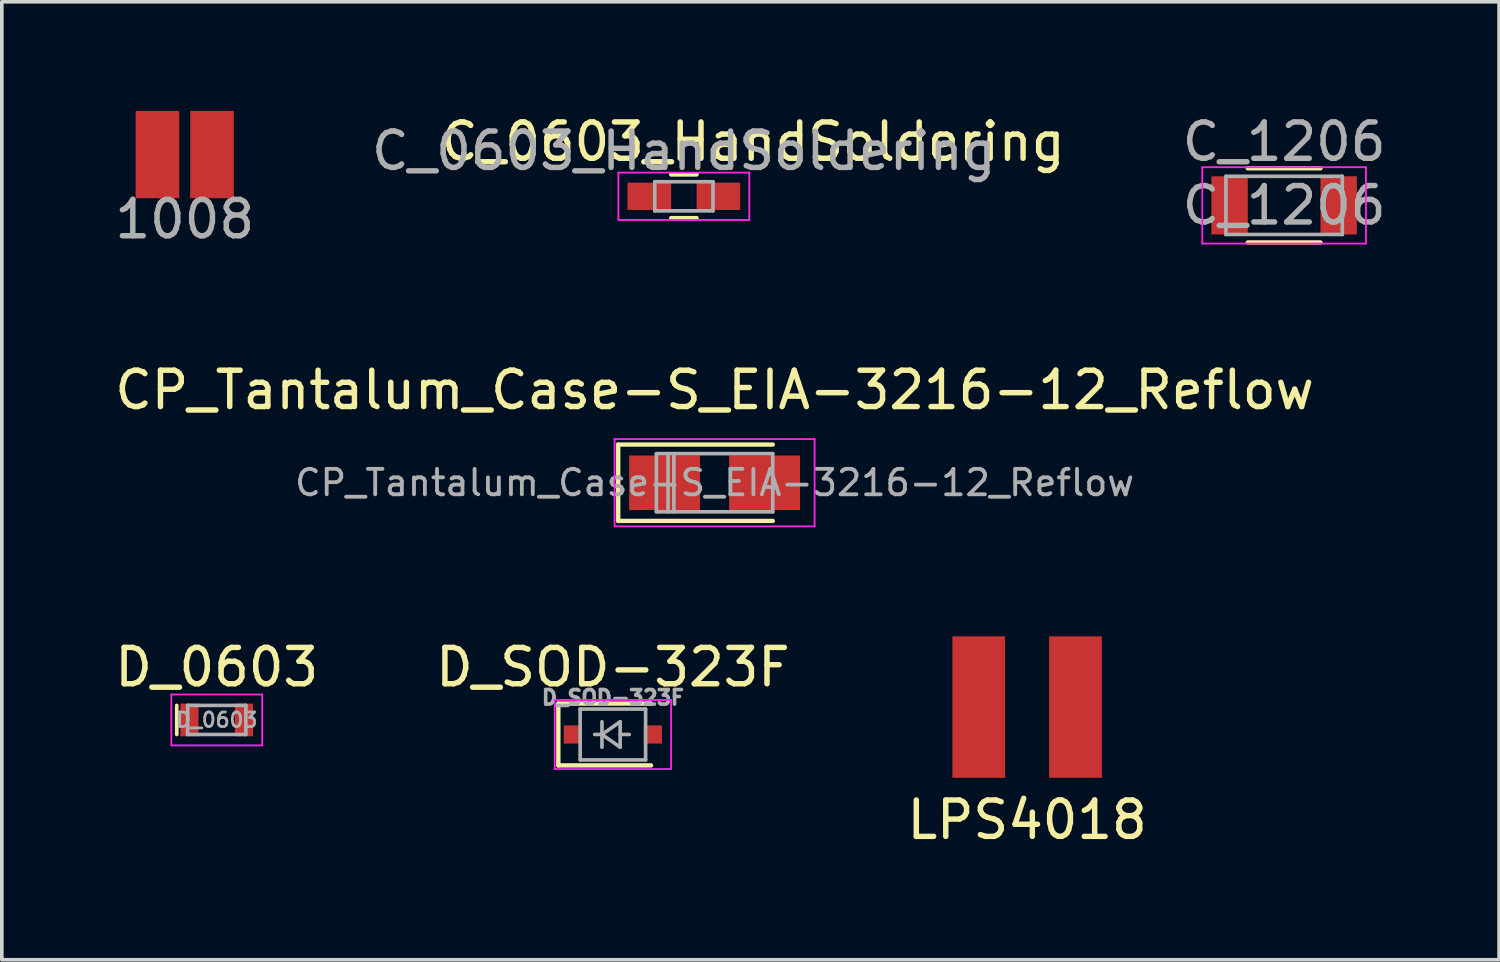
<source format=kicad_pcb>
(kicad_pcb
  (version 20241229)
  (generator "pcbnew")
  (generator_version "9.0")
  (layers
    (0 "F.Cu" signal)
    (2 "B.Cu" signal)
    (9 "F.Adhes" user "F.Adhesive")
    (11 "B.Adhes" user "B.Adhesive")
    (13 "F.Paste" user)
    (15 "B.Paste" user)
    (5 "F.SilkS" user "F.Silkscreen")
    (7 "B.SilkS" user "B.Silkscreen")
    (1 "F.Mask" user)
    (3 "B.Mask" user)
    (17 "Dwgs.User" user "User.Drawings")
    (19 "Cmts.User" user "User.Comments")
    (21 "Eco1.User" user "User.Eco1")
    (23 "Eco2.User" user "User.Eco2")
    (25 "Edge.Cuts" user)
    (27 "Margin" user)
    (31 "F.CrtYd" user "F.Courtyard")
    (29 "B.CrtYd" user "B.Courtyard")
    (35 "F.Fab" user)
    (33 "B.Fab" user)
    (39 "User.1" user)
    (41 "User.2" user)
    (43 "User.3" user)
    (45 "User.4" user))
  (footprint "D_SOD-323F"
    (layer "F.Cu")
    (at 13.804 17.148)
    (property "Reference" "D_SOD-323F" (at 0 -1.85 0) (layer "F.SilkS") (effects (font (size 1 1) (thickness 0.15))))
    (attr smd)
    (fp_line (start -1.5 -0.85) (end -1.5 0.85) (stroke (width 0.12) (type solid)) (layer "F.SilkS"))
    (fp_line (start -1.5 -0.85) (end 1.05 -0.85) (stroke (width 0.12) (type solid)) (layer "F.SilkS"))
    (fp_line (start -1.5 0.85) (end 1.05 0.85) (stroke (width 0.12) (type solid)) (layer "F.SilkS"))
    (fp_line (start -1.6 -0.95) (end -1.6 0.95) (stroke (width 0.05) (type solid)) (layer "F.CrtYd"))
    (fp_line (start -1.6 -0.95) (end 1.6 -0.95) (stroke (width 0.05) (type solid)) (layer "F.CrtYd"))
    (fp_line (start -1.6 0.95) (end 1.6 0.95) (stroke (width 0.05) (type solid)) (layer "F.CrtYd"))
    (fp_line (start 1.6 -0.95) (end 1.6 0.95) (stroke (width 0.05) (type solid)) (layer "F.CrtYd"))
    (fp_line (start -0.9 -0.7) (end 0.9 -0.7) (stroke (width 0.1) (type solid)) (layer "F.Fab"))
    (fp_line (start -0.9 0.7) (end -0.9 -0.7) (stroke (width 0.1) (type solid)) (layer "F.Fab"))
    (fp_line (start -0.3 -0.35) (end -0.3 0.35) (stroke (width 0.1) (type solid)) (layer "F.Fab"))
    (fp_line (start -0.3 0) (end -0.5 0) (stroke (width 0.1) (type solid)) (layer "F.Fab"))
    (fp_line (start -0.3 0) (end 0.2 -0.35) (stroke (width 0.1) (type solid)) (layer "F.Fab"))
    (fp_line (start 0.2 -0.35) (end 0.2 0.35) (stroke (width 0.1) (type solid)) (layer "F.Fab"))
    (fp_line (start 0.2 0) (end 0.45 0) (stroke (width 0.1) (type solid)) (layer "F.Fab"))
    (fp_line (start 0.2 0.35) (end -0.3 0) (stroke (width 0.1) (type solid)) (layer "F.Fab"))
    (fp_line (start 0.9 -0.7) (end 0.9 0.7) (stroke (width 0.1) (type solid)) (layer "F.Fab"))
    (fp_line (start 0.9 0.7) (end -0.9 0.7) (stroke (width 0.1) (type solid)) (layer "F.Fab"))
    (fp_text user "${REFERENCE}" (at 0 -1.016 0) (layer "F.Fab") (effects (font (size 0.4 0.4) (thickness 0.1))))
    (pad "1" smd rect (at -1.1 0) (size 0.5 0.5) (layers "F.Cu" "F.Mask" "F.Paste"))
    (pad "2" smd rect (at 1.1 0) (size 0.5 0.5) (layers "F.Cu" "F.Mask" "F.Paste")))
  (footprint "D_0603"
    (layer "F.Cu")
    (at 2.911 16.748)
    (property "Reference" "D_0603" (at 0 -1.45 0) (layer "F.SilkS") (effects (font (size 1 1) (thickness 0.15))))
    (attr smd)
    (fp_line (start -1.1 -0.4) (end -1.1 0.4) (stroke (width 0.1) (type solid)) (layer "F.SilkS"))
    (fp_line (start -1.25 -0.7) (end -1.25 0.7) (stroke (width 0.05) (type solid)) (layer "F.CrtYd"))
    (fp_line (start -1.25 -0.7) (end 1.25 -0.7) (stroke (width 0.05) (type solid)) (layer "F.CrtYd"))
    (fp_line (start 1.25 0.7) (end -1.25 0.7) (stroke (width 0.05) (type solid)) (layer "F.CrtYd"))
    (fp_line (start 1.25 0.7) (end 1.25 -0.7) (stroke (width 0.05) (type solid)) (layer "F.CrtYd"))
    (fp_line (start -0.8 -0.4) (end 0.8 -0.4) (stroke (width 0.1) (type solid)) (layer "F.Fab"))
    (fp_line (start -0.8 0.4) (end -0.8 -0.4) (stroke (width 0.1) (type solid)) (layer "F.Fab"))
    (fp_line (start 0.8 -0.4) (end 0.8 0.4) (stroke (width 0.1) (type solid)) (layer "F.Fab"))
    (fp_line (start 0.8 0.4) (end -0.8 0.4) (stroke (width 0.1) (type solid)) (layer "F.Fab"))
    (fp_text user "${REFERENCE}" (at 0 0 0) (layer "F.Fab") (effects (font (size 0.4 0.4) (thickness 0.075))))
    (pad "1" smd rect (at -0.75 0) (size 0.5 0.9) (layers "F.Cu" "F.Mask" "F.Paste"))
    (pad "2" smd rect (at 0.75 0) (size 0.5 0.9) (layers "F.Cu" "F.Mask" "F.Paste")))
  (footprint "C_0603_HandSoldering"
    (layer "F.Cu")
    (at 15.756 2.348)
    (property "Reference" "C_0603_HandSoldering" (at 1.9 -1.5 0) (layer "F.SilkS") (effects (font (size 1 1) (thickness 0.15))))
    (attr smd)
    (fp_line (start -0.35 -0.6) (end 0.35 -0.6) (stroke (width 0.12) (type solid)) (layer "F.SilkS"))
    (fp_line (start 0.35 0.6) (end -0.35 0.6) (stroke (width 0.12) (type solid)) (layer "F.SilkS"))
    (fp_line (start -1.8 -0.65) (end -1.8 0.65) (stroke (width 0.05) (type solid)) (layer "F.CrtYd"))
    (fp_line (start -1.8 -0.65) (end 1.8 -0.65) (stroke (width 0.05) (type solid)) (layer "F.CrtYd"))
    (fp_line (start 1.8 0.65) (end -1.8 0.65) (stroke (width 0.05) (type solid)) (layer "F.CrtYd"))
    (fp_line (start 1.8 0.65) (end 1.8 -0.65) (stroke (width 0.05) (type solid)) (layer "F.CrtYd"))
    (fp_line (start -0.8 -0.4) (end 0.8 -0.4) (stroke (width 0.1) (type solid)) (layer "F.Fab"))
    (fp_line (start -0.8 0.4) (end -0.8 -0.4) (stroke (width 0.1) (type solid)) (layer "F.Fab"))
    (fp_line (start 0.8 -0.4) (end 0.8 0.4) (stroke (width 0.1) (type solid)) (layer "F.Fab"))
    (fp_line (start 0.8 0.4) (end -0.8 0.4) (stroke (width 0.1) (type solid)) (layer "F.Fab"))
    (fp_text user "${REFERENCE}" (at 0 -1.25 0) (layer "F.Fab") (effects (font (size 1 1) (thickness 0.15))))
    (pad "1" smd rect (at -0.95 0) (size 1.2 0.75) (layers "F.Cu" "F.Mask" "F.Paste"))
    (pad "2" smd rect (at 0.95 0) (size 1.2 0.75) (layers "F.Cu" "F.Mask" "F.Paste")))
  (footprint "C_1206"
    (layer "F.Cu")
    (at 32.263 2.598)
    (property "Reference" "C_1206" (at 0 -1.75 0) (layer "F.Fab") (effects (font (size 1 1) (thickness 0.15))))
    (attr smd)
    (fp_line (start -1 1.02) (end 1 1.02) (stroke (width 0.12) (type solid)) (layer "F.SilkS"))
    (fp_line (start 1 -1.02) (end -1 -1.02) (stroke (width 0.12) (type solid)) (layer "F.SilkS"))
    (fp_line (start -2.25 -1.05) (end -2.25 1.05) (stroke (width 0.05) (type solid)) (layer "F.CrtYd"))
    (fp_line (start -2.25 -1.05) (end 2.25 -1.05) (stroke (width 0.05) (type solid)) (layer "F.CrtYd"))
    (fp_line (start 2.25 1.05) (end -2.25 1.05) (stroke (width 0.05) (type solid)) (layer "F.CrtYd"))
    (fp_line (start 2.25 1.05) (end 2.25 -1.05) (stroke (width 0.05) (type solid)) (layer "F.CrtYd"))
    (fp_line (start -1.6 -0.8) (end 1.6 -0.8) (stroke (width 0.1) (type solid)) (layer "F.Fab"))
    (fp_line (start -1.6 0.8) (end -1.6 -0.8) (stroke (width 0.1) (type solid)) (layer "F.Fab"))
    (fp_line (start 1.6 -0.8) (end 1.6 0.8) (stroke (width 0.1) (type solid)) (layer "F.Fab"))
    (fp_line (start 1.6 0.8) (end -1.6 0.8) (stroke (width 0.1) (type solid)) (layer "F.Fab"))
    (fp_text user "${REFERENCE}" (at 0 0 0) (layer "F.Fab") (effects (font (size 1 1) (thickness 0.15))))
    (pad "1" smd rect (at -1.5 0) (size 1 1.6) (layers "F.Cu" "F.Mask" "F.Paste"))
    (pad "2" smd rect (at 1.5 0) (size 1 1.6) (layers "F.Cu" "F.Mask" "F.Paste")))
  (footprint "LPS4018"
    (layer "F.Cu")
    (at 25.196 16.395)
    (property "Reference" "LPS4018" (at 0 3.1 0) (layer "F.SilkS") (effects (font (size 1 1) (thickness 0.15))))
    (attr through_hole)
    (pad "1" smd rect (at -1.33 0) (size 1.45 3.89) (layers "F.Cu" "F.Mask" "F.Paste"))
    (pad "2" smd rect (at 1.33 0) (size 1.45 3.89) (layers "F.Cu" "F.Mask" "F.Paste")))
  (footprint "1008"
    (layer "F.Cu")
    (at 2.03 1.2)
    (property "Reference" "1008" (at 0 1.778 0) (layer "F.Fab") (effects (font (size 1 1) (thickness 0.15))))
    (attr through_hole)
    (pad "1" smd rect (at -0.75 0 90) (size 2.4 1.2) (layers "F.Cu" "F.Mask" "F.Paste"))
    (pad "2" smd rect (at 0.75 0 90) (size 2.4 1.2) (layers "F.Cu" "F.Mask" "F.Paste")))
  (footprint "CP_Tantalum_Case-S_EIA-3216-12_Reflow"
    (layer "F.Cu")
    (at 16.601 10.225)
    (property "Reference" "CP_Tantalum_Case-S_EIA-3216-12_Reflow" (at 0 -2.55 0) (layer "F.SilkS") (effects (font (size 1 1) (thickness 0.15))))
    (attr smd)
    (fp_line (start -2.65 -1.05) (end -2.65 1.05) (stroke (width 0.12) (type solid)) (layer "F.SilkS"))
    (fp_line (start -2.65 -1.05) (end 1.6 -1.05) (stroke (width 0.12) (type solid)) (layer "F.SilkS"))
    (fp_line (start -2.65 1.05) (end 1.6 1.05) (stroke (width 0.12) (type solid)) (layer "F.SilkS"))
    (fp_line (start -2.75 -1.2) (end -2.75 1.2) (stroke (width 0.05) (type solid)) (layer "F.CrtYd"))
    (fp_line (start -2.75 1.2) (end 2.75 1.2) (stroke (width 0.05) (type solid)) (layer "F.CrtYd"))
    (fp_line (start 2.75 -1.2) (end -2.75 -1.2) (stroke (width 0.05) (type solid)) (layer "F.CrtYd"))
    (fp_line (start 2.75 1.2) (end 2.75 -1.2) (stroke (width 0.05) (type solid)) (layer "F.CrtYd"))
    (fp_line (start -1.6 -0.8) (end -1.6 0.8) (stroke (width 0.1) (type solid)) (layer "F.Fab"))
    (fp_line (start -1.6 0.8) (end 1.6 0.8) (stroke (width 0.1) (type solid)) (layer "F.Fab"))
    (fp_line (start -1.28 -0.8) (end -1.28 0.8) (stroke (width 0.1) (type solid)) (layer "F.Fab"))
    (fp_line (start -1.12 -0.8) (end -1.12 0.8) (stroke (width 0.1) (type solid)) (layer "F.Fab"))
    (fp_line (start 1.6 -0.8) (end -1.6 -0.8) (stroke (width 0.1) (type solid)) (layer "F.Fab"))
    (fp_line (start 1.6 0.8) (end 1.6 -0.8) (stroke (width 0.1) (type solid)) (layer "F.Fab"))
    (fp_text user "${REFERENCE}" (at 0 0 0) (layer "F.Fab") (effects (font (size 0.7 0.7) (thickness 0.105))))
    (pad "1" smd rect (at -1.375 0) (size 1.95 1.5) (layers "F.Cu" "F.Mask" "F.Paste"))
    (pad "2" smd rect (at 1.375 0) (size 1.95 1.5) (layers "F.Cu" "F.Mask" "F.Paste")))
  (gr_rect
    (start -3 -3)
    (end 38.174 23.343)
    (stroke (width 0.1) (type default))
    (fill no)
    (layer "Edge.Cuts")))
</source>
